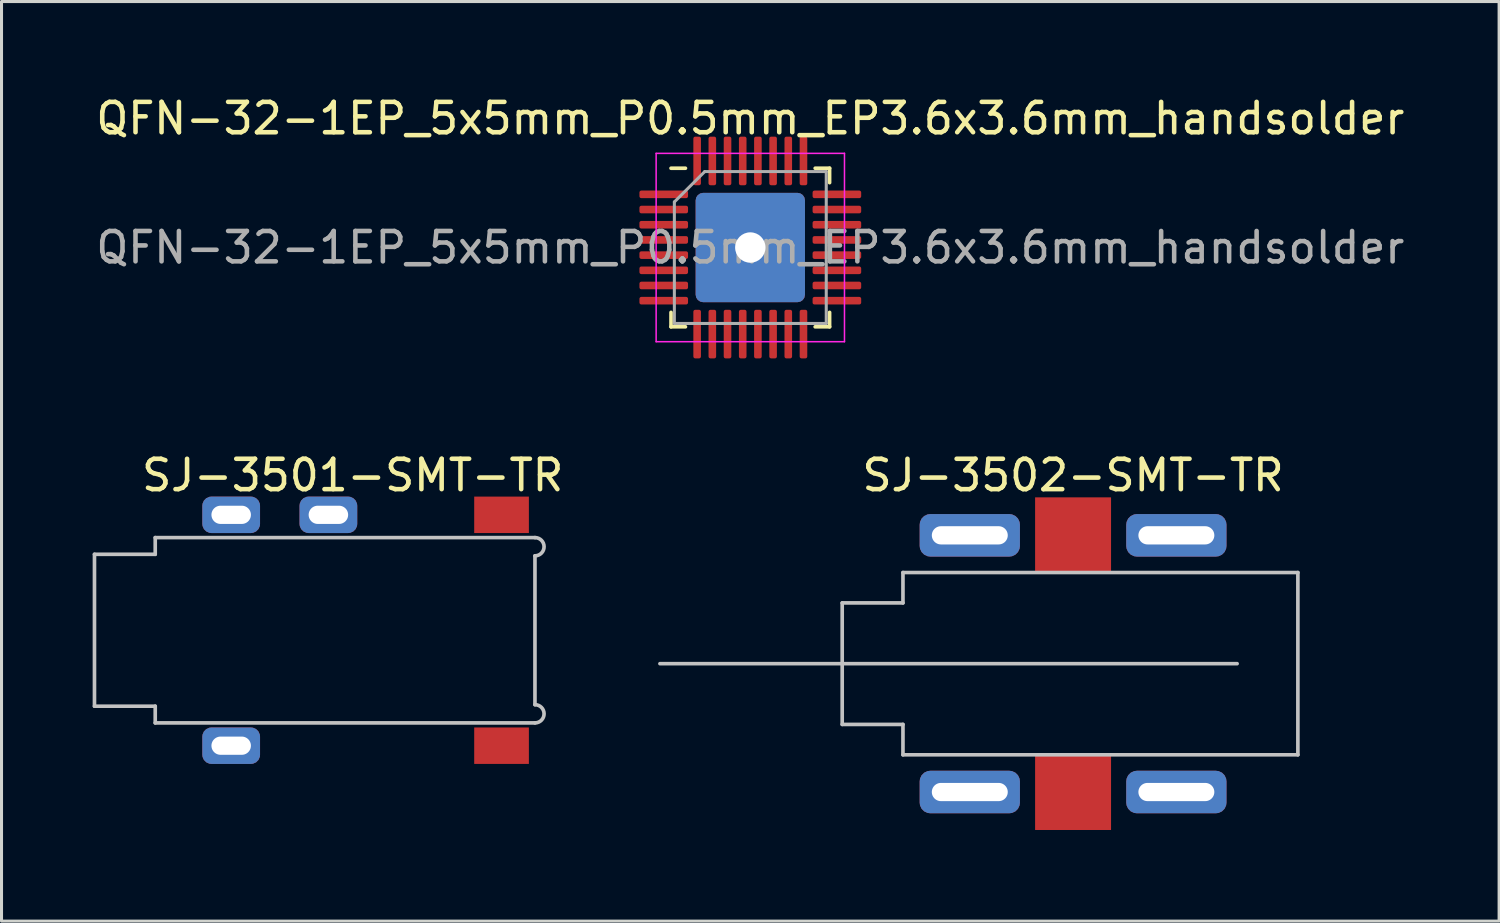
<source format=kicad_pcb>
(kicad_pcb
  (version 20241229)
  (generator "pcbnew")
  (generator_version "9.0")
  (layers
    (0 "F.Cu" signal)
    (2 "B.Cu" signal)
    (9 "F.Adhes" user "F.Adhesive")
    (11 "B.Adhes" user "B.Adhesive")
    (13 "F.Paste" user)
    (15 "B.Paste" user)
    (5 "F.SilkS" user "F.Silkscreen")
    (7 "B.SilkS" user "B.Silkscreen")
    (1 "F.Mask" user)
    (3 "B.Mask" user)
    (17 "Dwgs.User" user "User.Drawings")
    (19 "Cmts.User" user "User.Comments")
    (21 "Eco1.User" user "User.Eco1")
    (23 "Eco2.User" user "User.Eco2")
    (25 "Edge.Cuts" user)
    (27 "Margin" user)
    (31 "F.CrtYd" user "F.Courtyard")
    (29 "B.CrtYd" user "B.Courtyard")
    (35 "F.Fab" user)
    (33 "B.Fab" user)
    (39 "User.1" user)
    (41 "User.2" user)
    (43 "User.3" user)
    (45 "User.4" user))
  (footprint "QFN-32-1EP_5x5mm_P0.5mm_EP3.6x3.6mm_handsolder"
    (layer "F.Cu")
    (at 21.649 5.098)
    (property "Reference" "QFN-32-1EP_5x5mm_P0.5mm_EP3.6x3.6mm_handsolder" (at 0 -4.25 0) (layer "F.SilkS") (effects (font (size 1 1) (thickness 0.15))))
    (attr smd)
    (fp_line (start -2.61 2.61) (end -2.61 2.135) (stroke (width 0.12) (type solid)) (layer "F.SilkS"))
    (fp_line (start -2.135 -2.61) (end -2.61 -2.61) (stroke (width 0.12) (type solid)) (layer "F.SilkS"))
    (fp_line (start -2.135 2.61) (end -2.61 2.61) (stroke (width 0.12) (type solid)) (layer "F.SilkS"))
    (fp_line (start 2.135 -2.61) (end 2.61 -2.61) (stroke (width 0.12) (type solid)) (layer "F.SilkS"))
    (fp_line (start 2.135 2.61) (end 2.61 2.61) (stroke (width 0.12) (type solid)) (layer "F.SilkS"))
    (fp_line (start 2.61 -2.61) (end 2.61 -2.135) (stroke (width 0.12) (type solid)) (layer "F.SilkS"))
    (fp_line (start 2.61 2.61) (end 2.61 2.135) (stroke (width 0.12) (type solid)) (layer "F.SilkS"))
    (fp_line (start -3.1 -3.1) (end -3.1 3.1) (stroke (width 0.05) (type solid)) (layer "F.CrtYd"))
    (fp_line (start -3.1 3.1) (end 3.1 3.1) (stroke (width 0.05) (type solid)) (layer "F.CrtYd"))
    (fp_line (start 3.1 -3.1) (end -3.1 -3.1) (stroke (width 0.05) (type solid)) (layer "F.CrtYd"))
    (fp_line (start 3.1 3.1) (end 3.1 -3.1) (stroke (width 0.05) (type solid)) (layer "F.CrtYd"))
    (fp_line (start -2.5 -1.5) (end -1.5 -2.5) (stroke (width 0.1) (type solid)) (layer "F.Fab"))
    (fp_line (start -2.5 2.5) (end -2.5 -1.5) (stroke (width 0.1) (type solid)) (layer "F.Fab"))
    (fp_line (start -1.5 -2.5) (end 2.5 -2.5) (stroke (width 0.1) (type solid)) (layer "F.Fab"))
    (fp_line (start 2.5 -2.5) (end 2.5 2.5) (stroke (width 0.1) (type solid)) (layer "F.Fab"))
    (fp_line (start 2.5 2.5) (end -2.5 2.5) (stroke (width 0.1) (type solid)) (layer "F.Fab"))
    (fp_text user "${REFERENCE}" (at 0 0 0) (layer "F.Fab") (effects (font (size 1 1) (thickness 0.15))))
    (pad "" smd roundrect (at -1.2 -1.2) (size 0.97 0.97) (layers "F.Paste") (roundrect_rratio 0.25))
    (pad "" smd roundrect (at -1.2 0) (size 0.97 0.97) (layers "F.Paste") (roundrect_rratio 0.25))
    (pad "" smd roundrect (at -1.2 1.2) (size 0.97 0.97) (layers "F.Paste") (roundrect_rratio 0.25))
    (pad "" smd roundrect (at 0 -1.2) (size 0.97 0.97) (layers "F.Paste") (roundrect_rratio 0.25))
    (pad "" smd roundrect (at 0 0) (size 0.97 0.97) (layers "F.Paste") (roundrect_rratio 0.25))
    (pad "" smd roundrect (at 0 1.2) (size 0.97 0.97) (layers "F.Paste") (roundrect_rratio 0.25))
    (pad "" smd roundrect (at 1.2 -1.2) (size 0.97 0.97) (layers "F.Paste") (roundrect_rratio 0.25))
    (pad "" smd roundrect (at 1.2 0) (size 0.97 0.97) (layers "F.Paste") (roundrect_rratio 0.25))
    (pad "" smd roundrect (at 1.2 1.2) (size 0.97 0.97) (layers "F.Paste") (roundrect_rratio 0.25))
    (pad "1" smd roundrect (at -2.85 -1.75) (size 1.6 0.25) (layers "F.Cu" "F.Mask" "F.Paste") (roundrect_rratio 0.25))
    (pad "2" smd roundrect (at -2.85 -1.25) (size 1.6 0.25) (layers "F.Cu" "F.Mask" "F.Paste") (roundrect_rratio 0.25))
    (pad "3" smd roundrect (at -2.85 -0.75) (size 1.6 0.25) (layers "F.Cu" "F.Mask" "F.Paste") (roundrect_rratio 0.25))
    (pad "4" smd roundrect (at -2.85 -0.25) (size 1.6 0.25) (layers "F.Cu" "F.Mask" "F.Paste") (roundrect_rratio 0.25))
    (pad "5" smd roundrect (at -2.85 0.25) (size 1.6 0.25) (layers "F.Cu" "F.Mask" "F.Paste") (roundrect_rratio 0.25))
    (pad "6" smd roundrect (at -2.85 0.75) (size 1.6 0.25) (layers "F.Cu" "F.Mask" "F.Paste") (roundrect_rratio 0.25))
    (pad "7" smd roundrect (at -2.85 1.25) (size 1.6 0.25) (layers "F.Cu" "F.Mask" "F.Paste") (roundrect_rratio 0.25))
    (pad "8" smd roundrect (at -2.85 1.75) (size 1.6 0.25) (layers "F.Cu" "F.Mask" "F.Paste") (roundrect_rratio 0.25))
    (pad "9" smd roundrect (at -1.75 2.85) (size 0.25 1.6) (layers "F.Cu" "F.Mask" "F.Paste") (roundrect_rratio 0.25))
    (pad "10" smd roundrect (at -1.25 2.85) (size 0.25 1.6) (layers "F.Cu" "F.Mask" "F.Paste") (roundrect_rratio 0.25))
    (pad "11" smd roundrect (at -0.75 2.85) (size 0.25 1.6) (layers "F.Cu" "F.Mask" "F.Paste") (roundrect_rratio 0.25))
    (pad "12" smd roundrect (at -0.25 2.85) (size 0.25 1.6) (layers "F.Cu" "F.Mask" "F.Paste") (roundrect_rratio 0.25))
    (pad "13" smd roundrect (at 0.25 2.85) (size 0.25 1.6) (layers "F.Cu" "F.Mask" "F.Paste") (roundrect_rratio 0.25))
    (pad "14" smd roundrect (at 0.75 2.85) (size 0.25 1.6) (layers "F.Cu" "F.Mask" "F.Paste") (roundrect_rratio 0.25))
    (pad "15" smd roundrect (at 1.25 2.85) (size 0.25 1.6) (layers "F.Cu" "F.Mask" "F.Paste") (roundrect_rratio 0.25))
    (pad "16" smd roundrect (at 1.75 2.85) (size 0.25 1.6) (layers "F.Cu" "F.Mask" "F.Paste") (roundrect_rratio 0.25))
    (pad "17" smd roundrect (at 2.85 1.75) (size 1.6 0.25) (layers "F.Cu" "F.Mask" "F.Paste") (roundrect_rratio 0.25))
    (pad "18" smd roundrect (at 2.85 1.25) (size 1.6 0.25) (layers "F.Cu" "F.Mask" "F.Paste") (roundrect_rratio 0.25))
    (pad "19" smd roundrect (at 2.85 0.75) (size 1.6 0.25) (layers "F.Cu" "F.Mask" "F.Paste") (roundrect_rratio 0.25))
    (pad "20" smd roundrect (at 2.85 0.25) (size 1.6 0.25) (layers "F.Cu" "F.Mask" "F.Paste") (roundrect_rratio 0.25))
    (pad "21" smd roundrect (at 2.85 -0.25) (size 1.6 0.25) (layers "F.Cu" "F.Mask" "F.Paste") (roundrect_rratio 0.25))
    (pad "22" smd roundrect (at 2.85 -0.75) (size 1.6 0.25) (layers "F.Cu" "F.Mask" "F.Paste") (roundrect_rratio 0.25))
    (pad "23" smd roundrect (at 2.85 -1.25) (size 1.6 0.25) (layers "F.Cu" "F.Mask" "F.Paste") (roundrect_rratio 0.25))
    (pad "24" smd roundrect (at 2.85 -1.75) (size 1.6 0.25) (layers "F.Cu" "F.Mask" "F.Paste") (roundrect_rratio 0.25))
    (pad "25" smd roundrect (at 1.75 -2.85) (size 0.25 1.6) (layers "F.Cu" "F.Mask" "F.Paste") (roundrect_rratio 0.25))
    (pad "26" smd roundrect (at 1.25 -2.85) (size 0.25 1.6) (layers "F.Cu" "F.Mask" "F.Paste") (roundrect_rratio 0.25))
    (pad "27" smd roundrect (at 0.75 -2.85) (size 0.25 1.6) (layers "F.Cu" "F.Mask" "F.Paste") (roundrect_rratio 0.25))
    (pad "28" smd roundrect (at 0.25 -2.85) (size 0.25 1.6) (layers "F.Cu" "F.Mask" "F.Paste") (roundrect_rratio 0.25))
    (pad "29" smd roundrect (at -0.25 -2.85) (size 0.25 1.6) (layers "F.Cu" "F.Mask" "F.Paste") (roundrect_rratio 0.25))
    (pad "30" smd roundrect (at -0.75 -2.85) (size 0.25 1.6) (layers "F.Cu" "F.Mask" "F.Paste") (roundrect_rratio 0.25))
    (pad "31" smd roundrect (at -1.25 -2.85) (size 0.25 1.6) (layers "F.Cu" "F.Mask" "F.Paste") (roundrect_rratio 0.25))
    (pad "32" smd roundrect (at -1.75 -2.85) (size 0.25 1.6) (layers "F.Cu" "F.Mask" "F.Paste") (roundrect_rratio 0.25))
    (pad "33" thru_hole roundrect (at 0 0) (size 3.6 3.6) (drill 1) (layers "*.Cu" "*.Mask") (roundrect_rratio 0.069)))
  (footprint "SJ-3502-SMT-TR"
    (layer "F.Cu")
    (at 26.674 18.797)
    (property "Reference" "SJ-3502-SMT-TR" (at 5.6 -6.2 0) (layer "F.SilkS") (effects (font (size 1 1) (thickness 0.15))))
    (attr through_hole)
    (fp_line (start -8 0) (end 11 0) (stroke (width 0.12) (type solid)) (layer "Dwgs.User"))
    (fp_line (start -2 -2) (end 0 -2) (stroke (width 0.12) (type solid)) (layer "Dwgs.User"))
    (fp_line (start -2 2) (end -2 -2) (stroke (width 0.12) (type solid)) (layer "Dwgs.User"))
    (fp_line (start 0 -3) (end 13 -3) (stroke (width 0.12) (type solid)) (layer "Dwgs.User"))
    (fp_line (start 0 -2) (end 0 -3) (stroke (width 0.12) (type solid)) (layer "Dwgs.User"))
    (fp_line (start 0 2) (end -2 2) (stroke (width 0.12) (type solid)) (layer "Dwgs.User"))
    (fp_line (start 0 3) (end 0 2) (stroke (width 0.12) (type solid)) (layer "Dwgs.User"))
    (fp_line (start 13 -3) (end 13 3) (stroke (width 0.12) (type solid)) (layer "Dwgs.User"))
    (fp_line (start 13 3) (end 0 3) (stroke (width 0.12) (type solid)) (layer "Dwgs.User"))
    (pad "R" smd rect (at 5.6 -4.225) (size 2.5 2.5) (layers "F.Cu" "F.Mask" "F.Paste"))
    (pad "S" thru_hole roundrect (at 2.2 -4.225) (size 3.3 1.4) (drill oval 2.5 0.6) (layers "*.Cu" "*.Mask") (roundrect_rratio 0.25))
    (pad "S" thru_hole roundrect (at 2.2 4.225) (size 3.3 1.4) (drill oval 2.5 0.6) (layers "*.Cu" "*.Mask") (roundrect_rratio 0.25))
    (pad "S" thru_hole roundrect (at 9 -4.225) (size 3.3 1.4) (drill oval 2.5 0.6) (layers "*.Cu" "*.Mask") (roundrect_rratio 0.25))
    (pad "S" thru_hole roundrect (at 9 4.225) (size 3.3 1.4) (drill oval 2.5 0.6) (layers "*.Cu" "*.Mask") (roundrect_rratio 0.25))
    (pad "T" smd rect (at 5.6 4.225) (size 2.5 2.5) (layers "F.Cu" "F.Mask" "F.Paste")))
  (footprint "SJ-3501-SMT-TR"
    (layer "F.Cu")
    (at 2.06 17.697)
    (property "Reference" "SJ-3501-SMT-TR" (at 6.5 -5.1 0) (layer "F.SilkS") (effects (font (size 1 1) (thickness 0.15))))
    (attr through_hole)
    (fp_line (start -2 -2.5) (end 0 -2.5) (stroke (width 0.12) (type solid)) (layer "Dwgs.User"))
    (fp_line (start -2 2.5) (end -2 -2.5) (stroke (width 0.12) (type solid)) (layer "Dwgs.User"))
    (fp_line (start 0 -3.05) (end 12.5 -3.05) (stroke (width 0.12) (type solid)) (layer "Dwgs.User"))
    (fp_line (start 0 -2.5) (end 0 -3.05) (stroke (width 0.12) (type solid)) (layer "Dwgs.User"))
    (fp_line (start 0 2.5) (end -2 2.5) (stroke (width 0.12) (type solid)) (layer "Dwgs.User"))
    (fp_line (start 0 3.05) (end 0 2.5) (stroke (width 0.12) (type solid)) (layer "Dwgs.User"))
    (fp_line (start 12.5 -2.45) (end 12.5 2.45) (stroke (width 0.12) (type solid)) (layer "Dwgs.User"))
    (fp_line (start 12.5 3.05) (end 0 3.05) (stroke (width 0.12) (type solid)) (layer "Dwgs.User"))
    (fp_arc (start 12.5 -3.05) (mid 12.8 -2.75) (end 12.5 -2.45) (stroke (width 0.12) (type solid)) (layer "Dwgs.User"))
    (fp_arc (start 12.5 2.45) (mid 12.8 2.75) (end 12.5 3.05) (stroke (width 0.12) (type solid)) (layer "Dwgs.User"))
    (pad "R" thru_hole roundrect (at 5.7 -3.8) (size 1.9 1.2) (drill oval 1.3 0.6) (layers "*.Cu" "*.Mask") (roundrect_rratio 0.25))
    (pad "S" thru_hole roundrect (at 2.5 -3.8) (size 1.9 1.2) (drill oval 1.3 0.6) (layers "*.Cu" "*.Mask") (roundrect_rratio 0.25))
    (pad "S" thru_hole roundrect (at 2.5 3.8) (size 1.9 1.2) (drill oval 1.3 0.6) (layers "*.Cu" "*.Mask") (roundrect_rratio 0.25))
    (pad "T" smd rect (at 11.4 -3.8) (size 1.8 1.2) (layers "F.Cu" "F.Mask" "F.Paste"))
    (pad "T" smd rect (at 11.4 3.8) (size 1.8 1.2) (layers "F.Cu" "F.Mask" "F.Paste")))
  (gr_rect
    (start -3 -3)
    (end 46.298 27.271)
    (stroke (width 0.1) (type default))
    (fill no)
    (layer "Edge.Cuts")))
</source>
